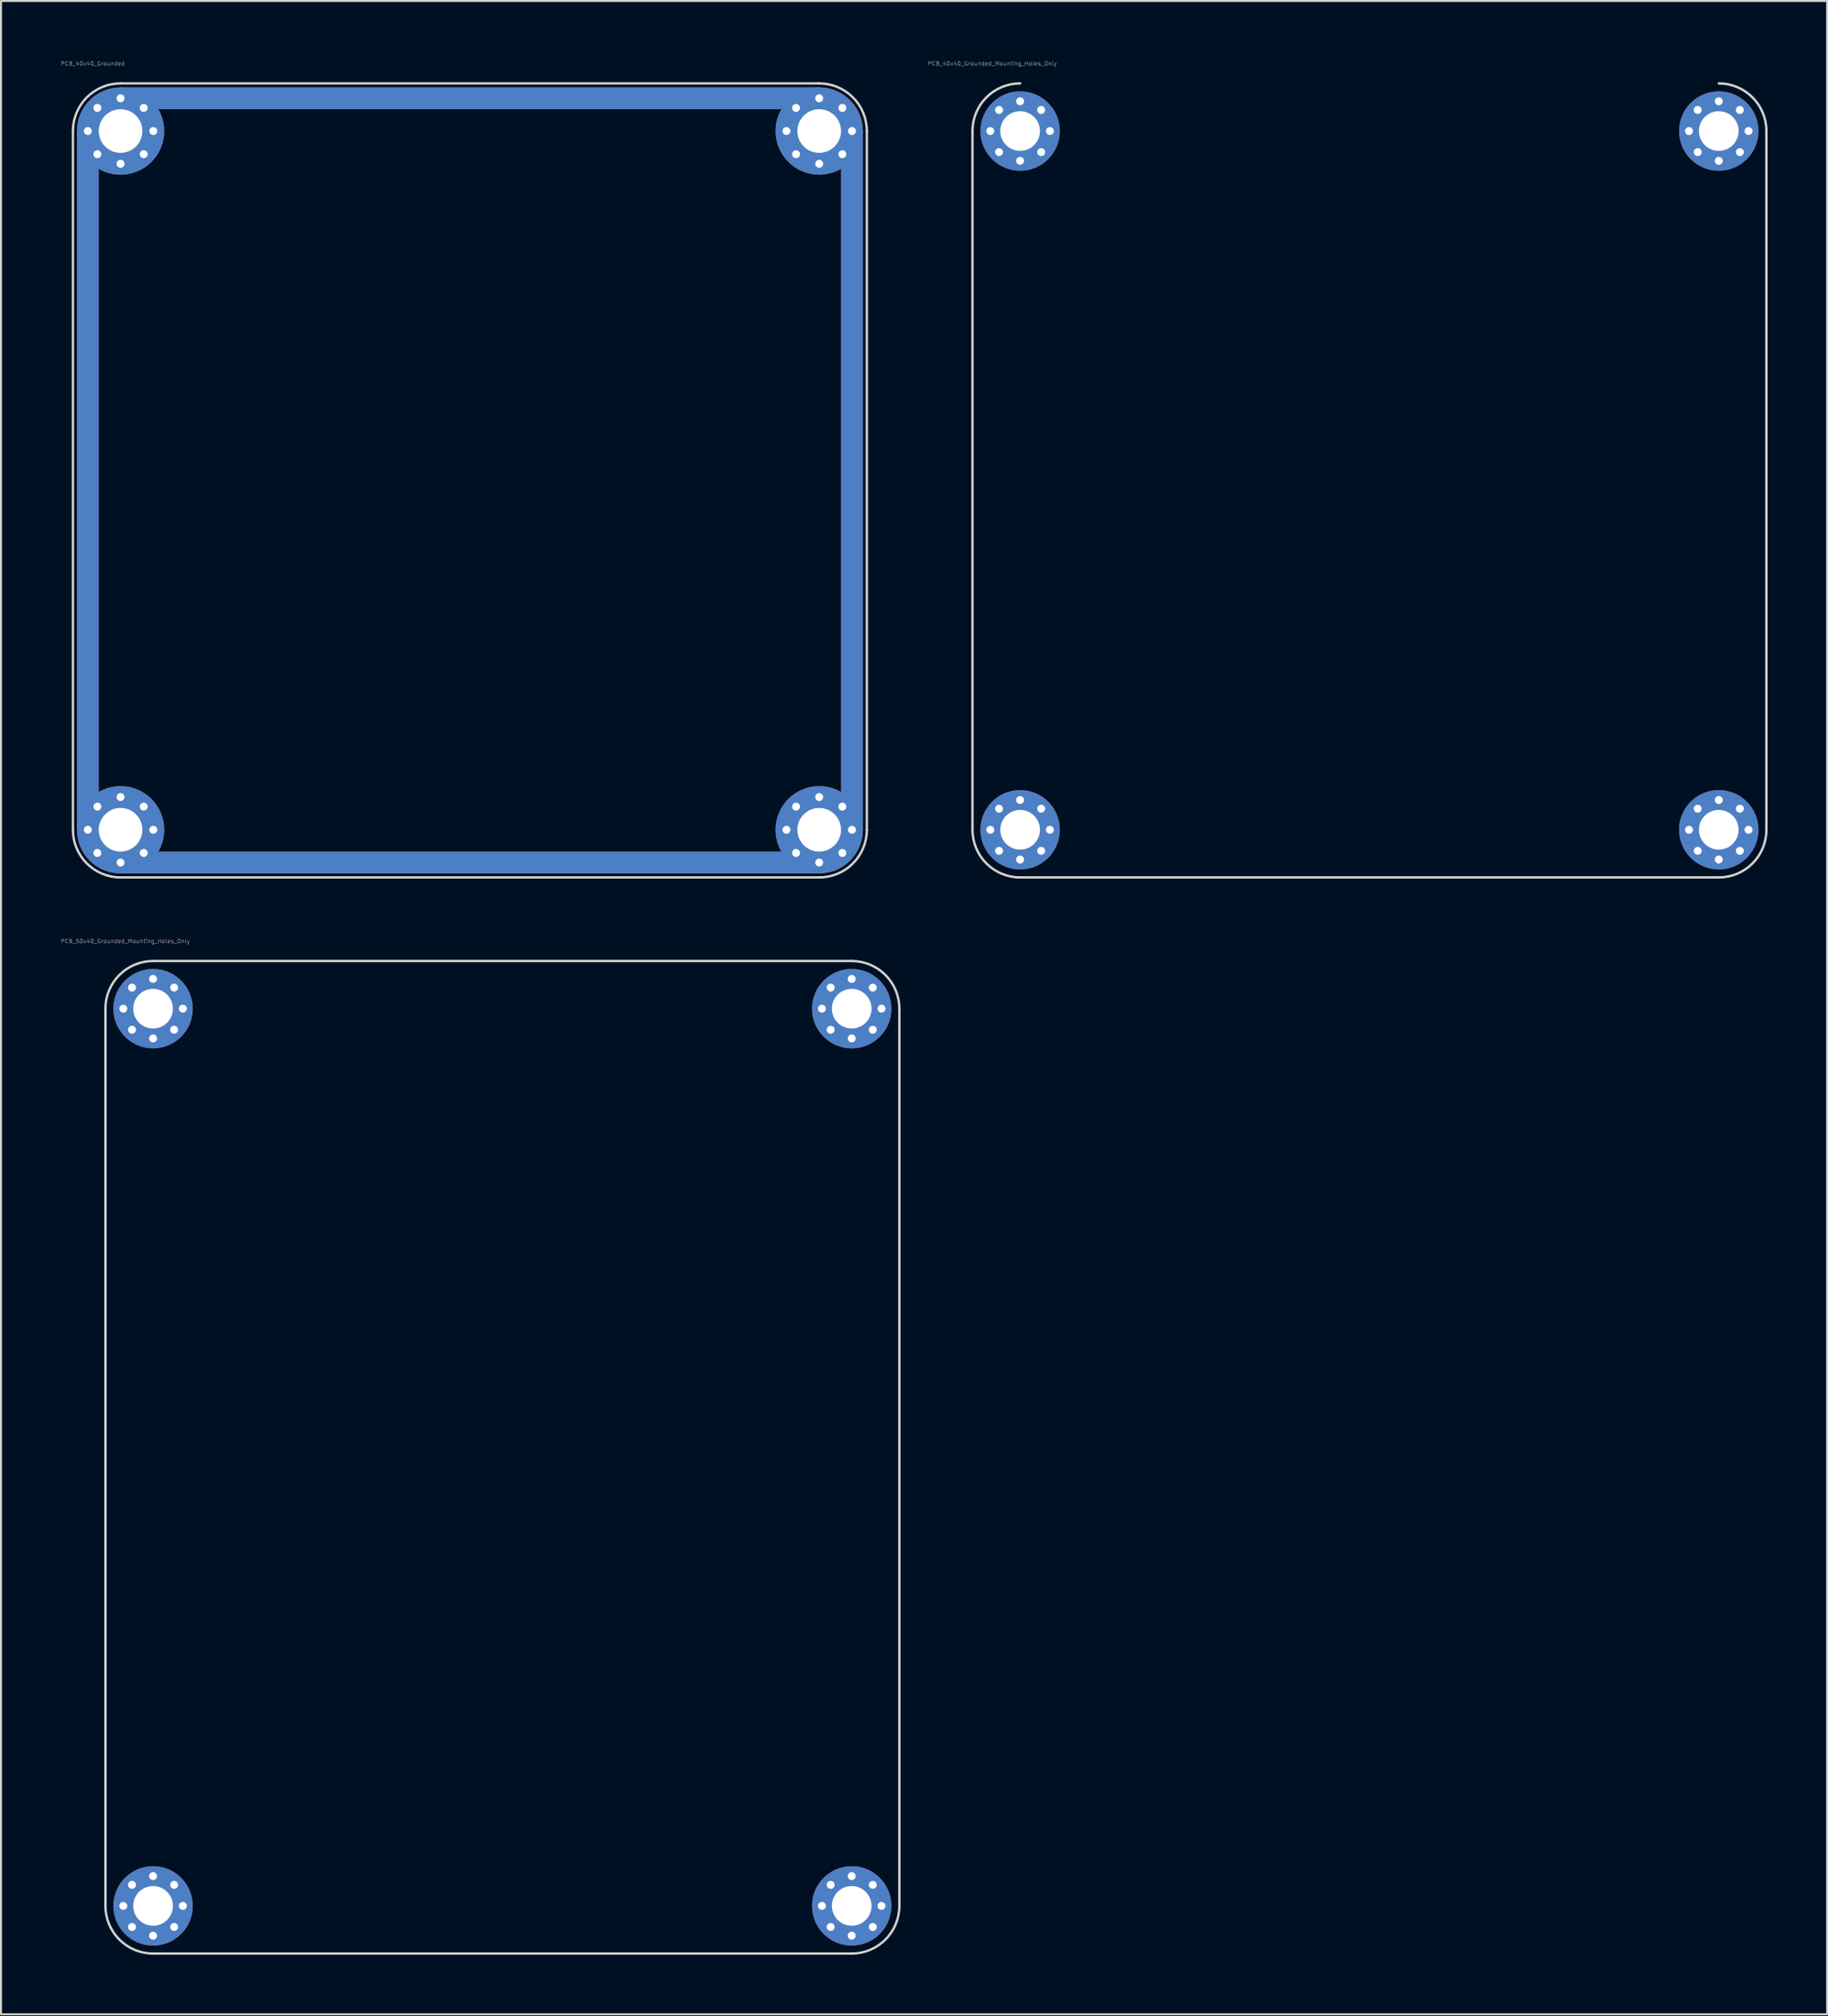
<source format=kicad_pcb>
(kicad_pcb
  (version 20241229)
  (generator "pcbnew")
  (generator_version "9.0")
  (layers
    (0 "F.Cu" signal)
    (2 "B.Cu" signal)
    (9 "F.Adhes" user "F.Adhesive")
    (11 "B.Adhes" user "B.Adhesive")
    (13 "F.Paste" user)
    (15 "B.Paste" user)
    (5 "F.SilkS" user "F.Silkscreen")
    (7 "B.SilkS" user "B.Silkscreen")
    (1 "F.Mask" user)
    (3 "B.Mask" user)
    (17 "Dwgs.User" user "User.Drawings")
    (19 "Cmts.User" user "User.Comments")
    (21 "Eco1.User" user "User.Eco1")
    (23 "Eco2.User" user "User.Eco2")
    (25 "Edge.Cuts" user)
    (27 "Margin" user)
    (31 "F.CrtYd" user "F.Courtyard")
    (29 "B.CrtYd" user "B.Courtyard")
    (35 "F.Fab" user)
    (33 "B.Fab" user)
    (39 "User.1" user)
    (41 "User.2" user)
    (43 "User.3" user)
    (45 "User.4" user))
  (footprint "PCB_50x40_Grounded_Mounting_Holes_Only"
    (layer "F.Cu")
    (at 2.262 45.364)
    (property "Reference" "PCB_50x40_Grounded_Mounting_Holes_Only" (at 1 -1 0) (unlocked yes) (layer "F.Fab") (effects (font (size 0.2 0.2) (thickness 0.02))))
    (attr exclude_from_pos_files exclude_from_bom)
    (fp_line (start 0 2.4) (end 0 47.6) (stroke (width 0.12) (type default)) (layer "Edge.Cuts"))
    (fp_line (start 2.4 50) (end 37.6 50) (stroke (width 0.12) (type default)) (layer "Edge.Cuts"))
    (fp_line (start 37.6 0) (end 2.4 0) (stroke (width 0.12) (type default)) (layer "Edge.Cuts"))
    (fp_line (start 40 2.4) (end 40 47.6) (stroke (width 0.12) (type default)) (layer "Edge.Cuts"))
    (fp_arc (start 0 2.4) (mid 0.702944 0.702944) (end 2.4 0) (stroke (width 0.12) (type default)) (layer "Edge.Cuts"))
    (fp_arc (start 2.4 50) (mid 0.702944 49.297056) (end 0 47.6) (stroke (width 0.12) (type default)) (layer "Edge.Cuts"))
    (fp_arc (start 37.6 0) (mid 39.297056 0.702944) (end 40 2.4) (stroke (width 0.12) (type default)) (layer "Edge.Cuts"))
    (fp_arc (start 40 47.6) (mid 39.297056 49.297056) (end 37.6 50) (stroke (width 0.12) (type default)) (layer "Edge.Cuts"))
    (pad "1" thru_hole circle (at 0.9 2.4) (size 0.7 0.7) (drill 0.4) (layers "*.Cu" "*.Mask"))
    (pad "1" thru_hole circle (at 0.9 47.6) (size 0.7 0.7) (drill 0.4) (layers "*.Cu" "*.Mask"))
    (pad "1" thru_hole circle (at 1.339 1.339 45) (size 0.7 0.7) (drill 0.4) (layers "*.Cu" "*.Mask"))
    (pad "1" thru_hole circle (at 1.339 3.461 45) (size 0.7 0.7) (drill 0.4) (layers "*.Cu" "*.Mask"))
    (pad "1" thru_hole circle (at 1.339 46.539 45) (size 0.7 0.7) (drill 0.4) (layers "*.Cu" "*.Mask"))
    (pad "1" thru_hole circle (at 1.339 48.661 45) (size 0.7 0.7) (drill 0.4) (layers "*.Cu" "*.Mask"))
    (pad "1" thru_hole circle (at 2.4 0.9) (size 0.7 0.7) (drill 0.4) (layers "*.Cu" "*.Mask"))
    (pad "1" thru_hole circle (at 2.4 2.4) (size 4 4) (drill 2) (layers "*.Cu" "*.Mask"))
    (pad "1" thru_hole circle (at 2.4 3.9) (size 0.7 0.7) (drill 0.4) (layers "*.Cu" "*.Mask"))
    (pad "1" thru_hole circle (at 2.4 46.1) (size 0.7 0.7) (drill 0.4) (layers "*.Cu" "*.Mask"))
    (pad "1" thru_hole circle (at 2.4 47.6) (size 4 4) (drill 2) (layers "*.Cu" "*.Mask"))
    (pad "1" thru_hole circle (at 2.4 49.1) (size 0.7 0.7) (drill 0.4) (layers "*.Cu" "*.Mask"))
    (pad "1" thru_hole circle (at 3.461 1.339 45) (size 0.7 0.7) (drill 0.4) (layers "*.Cu" "*.Mask"))
    (pad "1" thru_hole circle (at 3.461 3.461 45) (size 0.7 0.7) (drill 0.4) (layers "*.Cu" "*.Mask"))
    (pad "1" thru_hole circle (at 3.461 46.539 45) (size 0.7 0.7) (drill 0.4) (layers "*.Cu" "*.Mask"))
    (pad "1" thru_hole circle (at 3.461 48.661 45) (size 0.7 0.7) (drill 0.4) (layers "*.Cu" "*.Mask"))
    (pad "1" thru_hole circle (at 3.9 2.4) (size 0.7 0.7) (drill 0.4) (layers "*.Cu" "*.Mask"))
    (pad "1" thru_hole circle (at 3.9 47.6) (size 0.7 0.7) (drill 0.4) (layers "*.Cu" "*.Mask"))
    (pad "1" thru_hole circle (at 36.1 2.4) (size 0.7 0.7) (drill 0.4) (layers "*.Cu" "*.Mask"))
    (pad "1" thru_hole circle (at 36.1 47.6) (size 0.7 0.7) (drill 0.4) (layers "*.Cu" "*.Mask"))
    (pad "1" thru_hole circle (at 36.539 1.339 45) (size 0.7 0.7) (drill 0.4) (layers "*.Cu" "*.Mask"))
    (pad "1" thru_hole circle (at 36.539 3.461 45) (size 0.7 0.7) (drill 0.4) (layers "*.Cu" "*.Mask"))
    (pad "1" thru_hole circle (at 36.539 46.539 45) (size 0.7 0.7) (drill 0.4) (layers "*.Cu" "*.Mask"))
    (pad "1" thru_hole circle (at 36.539 48.661 45) (size 0.7 0.7) (drill 0.4) (layers "*.Cu" "*.Mask"))
    (pad "1" thru_hole circle (at 37.6 0.9) (size 0.7 0.7) (drill 0.4) (layers "*.Cu" "*.Mask"))
    (pad "1" thru_hole circle (at 37.6 2.4) (size 4 4) (drill 2) (layers "*.Cu" "*.Mask"))
    (pad "1" thru_hole circle (at 37.6 3.9) (size 0.7 0.7) (drill 0.4) (layers "*.Cu" "*.Mask"))
    (pad "1" thru_hole circle (at 37.6 46.1) (size 0.7 0.7) (drill 0.4) (layers "*.Cu" "*.Mask"))
    (pad "1" thru_hole circle (at 37.6 47.6) (size 4 4) (drill 2) (layers "*.Cu" "*.Mask"))
    (pad "1" thru_hole circle (at 37.6 49.1) (size 0.7 0.7) (drill 0.4) (layers "*.Cu" "*.Mask"))
    (pad "1" thru_hole circle (at 38.661 1.339 45) (size 0.7 0.7) (drill 0.4) (layers "*.Cu" "*.Mask"))
    (pad "1" thru_hole circle (at 38.661 3.461 45) (size 0.7 0.7) (drill 0.4) (layers "*.Cu" "*.Mask"))
    (pad "1" thru_hole circle (at 38.661 46.539 45) (size 0.7 0.7) (drill 0.4) (layers "*.Cu" "*.Mask"))
    (pad "1" thru_hole circle (at 38.661 48.661 45) (size 0.7 0.7) (drill 0.4) (layers "*.Cu" "*.Mask"))
    (pad "1" thru_hole circle (at 39.1 2.4) (size 0.7 0.7) (drill 0.4) (layers "*.Cu" "*.Mask"))
    (pad "1" thru_hole circle (at 39.1 47.6) (size 0.7 0.7) (drill 0.4) (layers "*.Cu" "*.Mask")))
  (footprint "PCB_40x40_Grounded"
    (layer "F.Cu")
    (at 0.624 1.152)
    (property "Reference" "PCB_40x40_Grounded" (at 1 -1 0) (unlocked yes) (layer "F.Fab") (effects (font (size 0.2 0.2) (thickness 0.02))))
    (attr exclude_from_pos_files exclude_from_bom)
    (fp_line (start 0 2.4) (end 0 37.6) (stroke (width 0.12) (type default)) (layer "Edge.Cuts"))
    (fp_line (start 2.4 40) (end 37.6 40) (stroke (width 0.12) (type default)) (layer "Edge.Cuts"))
    (fp_line (start 37.6 0) (end 2.4 0) (stroke (width 0.12) (type default)) (layer "Edge.Cuts"))
    (fp_line (start 40 2.4) (end 40 37.6) (stroke (width 0.12) (type default)) (layer "Edge.Cuts"))
    (fp_arc (start 0 2.4) (mid 0.702944 0.702944) (end 2.4 0) (stroke (width 0.12) (type default)) (layer "Edge.Cuts"))
    (fp_arc (start 2.4 40) (mid 0.702944 39.297056) (end 0 37.6) (stroke (width 0.12) (type default)) (layer "Edge.Cuts"))
    (fp_arc (start 37.6 0) (mid 39.297056 0.702944) (end 40 2.4) (stroke (width 0.12) (type default)) (layer "Edge.Cuts"))
    (fp_arc (start 40 37.6) (mid 39.297056 39.297056) (end 37.6 40) (stroke (width 0.12) (type default)) (layer "Edge.Cuts"))
    (pad "1" thru_hole circle (at 0.75 2.4) (size 0.7 0.7) (drill 0.4) (layers "*.Cu" "*.Mask"))
    (pad "1" smd rect (at 0.75 20) (size 1.1 35.2) (layers "F.Cu" "F.Mask" "F.Paste"))
    (pad "1" smd rect (at 0.75 20) (size 1.1 35.2) (layers "B.Cu" "B.Mask" "B.Paste"))
    (pad "1" thru_hole circle (at 0.75 37.6) (size 0.7 0.7) (drill 0.4) (layers "*.Cu" "*.Mask"))
    (pad "1" thru_hole circle (at 1.233 1.233) (size 0.7 0.7) (drill 0.4) (layers "*.Cu" "*.Mask"))
    (pad "1" thru_hole circle (at 1.233 3.567) (size 0.7 0.7) (drill 0.4) (layers "*.Cu" "*.Mask"))
    (pad "1" thru_hole circle (at 1.233 36.433) (size 0.7 0.7) (drill 0.4) (layers "*.Cu" "*.Mask"))
    (pad "1" thru_hole circle (at 1.233 38.767) (size 0.7 0.7) (drill 0.4) (layers "*.Cu" "*.Mask"))
    (pad "1" thru_hole circle (at 2.4 0.75) (size 0.7 0.7) (drill 0.4) (layers "*.Cu" "*.Mask"))
    (pad "1" thru_hole circle (at 2.4 2.4) (size 4.4 4.4) (drill 2.2) (layers "*.Cu" "*.Mask"))
    (pad "1" thru_hole circle (at 2.4 4.05) (size 0.7 0.7) (drill 0.4) (layers "*.Cu" "*.Mask"))
    (pad "1" thru_hole circle (at 2.4 35.95) (size 0.7 0.7) (drill 0.4) (layers "*.Cu" "*.Mask"))
    (pad "1" thru_hole circle (at 2.4 37.6) (size 4.4 4.4) (drill 2.2) (layers "*.Cu" "*.Mask"))
    (pad "1" thru_hole circle (at 2.4 39.25) (size 0.7 0.7) (drill 0.4) (layers "*.Cu" "*.Mask"))
    (pad "1" thru_hole circle (at 3.567 1.233) (size 0.7 0.7) (drill 0.4) (layers "*.Cu" "*.Mask"))
    (pad "1" thru_hole circle (at 3.567 3.567) (size 0.7 0.7) (drill 0.4) (layers "*.Cu" "*.Mask"))
    (pad "1" thru_hole circle (at 3.567 36.433) (size 0.7 0.7) (drill 0.4) (layers "*.Cu" "*.Mask"))
    (pad "1" thru_hole circle (at 3.567 38.767) (size 0.7 0.7) (drill 0.4) (layers "*.Cu" "*.Mask"))
    (pad "1" thru_hole circle (at 4.05 2.4) (size 0.7 0.7) (drill 0.4) (layers "*.Cu" "*.Mask"))
    (pad "1" thru_hole circle (at 4.05 37.6) (size 0.7 0.7) (drill 0.4) (layers "*.Cu" "*.Mask"))
    (pad "1" smd rect (at 20 0.75) (size 35.2 1.1) (layers "F.Cu" "F.Mask" "F.Paste"))
    (pad "1" smd rect (at 20 0.75) (size 35.2 1.1) (layers "B.Cu" "B.Mask" "B.Paste"))
    (pad "1" smd rect (at 20 39.25) (size 35.2 1.1) (layers "F.Cu" "F.Mask" "F.Paste"))
    (pad "1" smd rect (at 20 39.25) (size 35.2 1.1) (layers "B.Cu" "B.Mask" "B.Paste"))
    (pad "1" thru_hole circle (at 35.95 2.4) (size 0.7 0.7) (drill 0.4) (layers "*.Cu" "*.Mask"))
    (pad "1" thru_hole circle (at 35.95 37.6) (size 0.7 0.7) (drill 0.4) (layers "*.Cu" "*.Mask"))
    (pad "1" thru_hole circle (at 36.433 1.233) (size 0.7 0.7) (drill 0.4) (layers "*.Cu" "*.Mask"))
    (pad "1" thru_hole circle (at 36.433 3.567) (size 0.7 0.7) (drill 0.4) (layers "*.Cu" "*.Mask"))
    (pad "1" thru_hole circle (at 36.433 36.433) (size 0.7 0.7) (drill 0.4) (layers "*.Cu" "*.Mask"))
    (pad "1" thru_hole circle (at 36.433 38.767) (size 0.7 0.7) (drill 0.4) (layers "*.Cu" "*.Mask"))
    (pad "1" thru_hole circle (at 37.6 0.75) (size 0.7 0.7) (drill 0.4) (layers "*.Cu" "*.Mask"))
    (pad "1" thru_hole circle (at 37.6 2.4) (size 4.4 4.4) (drill 2.2) (layers "*.Cu" "*.Mask"))
    (pad "1" thru_hole circle (at 37.6 4.05) (size 0.7 0.7) (drill 0.4) (layers "*.Cu" "*.Mask"))
    (pad "1" thru_hole circle (at 37.6 35.95) (size 0.7 0.7) (drill 0.4) (layers "*.Cu" "*.Mask"))
    (pad "1" thru_hole circle (at 37.6 37.6) (size 4.4 4.4) (drill 2.2) (layers "*.Cu" "*.Mask"))
    (pad "1" thru_hole circle (at 37.6 39.25) (size 0.7 0.7) (drill 0.4) (layers "*.Cu" "*.Mask"))
    (pad "1" thru_hole circle (at 38.767 1.233) (size 0.7 0.7) (drill 0.4) (layers "*.Cu" "*.Mask"))
    (pad "1" thru_hole circle (at 38.767 3.567) (size 0.7 0.7) (drill 0.4) (layers "*.Cu" "*.Mask"))
    (pad "1" thru_hole circle (at 38.767 36.433) (size 0.7 0.7) (drill 0.4) (layers "*.Cu" "*.Mask"))
    (pad "1" thru_hole circle (at 38.767 38.767) (size 0.7 0.7) (drill 0.4) (layers "*.Cu" "*.Mask"))
    (pad "1" thru_hole circle (at 39.25 2.4) (size 0.7 0.7) (drill 0.4) (layers "*.Cu" "*.Mask"))
    (pad "1" smd rect (at 39.25 20) (size 1.1 35.2) (layers "F.Cu" "F.Mask" "F.Paste"))
    (pad "1" smd rect (at 39.25 20) (size 1.1 35.2) (layers "B.Cu" "B.Mask" "B.Paste"))
    (pad "1" thru_hole circle (at 39.25 37.6) (size 0.7 0.7) (drill 0.4) (layers "*.Cu" "*.Mask")))
  (footprint "PCB_40x40_Grounded_Mounting_Holes_Only"
    (layer "F.Cu")
    (at 45.947 1.152)
    (property "Reference" "PCB_40x40_Grounded_Mounting_Holes_Only" (at 1 -1 0) (unlocked yes) (layer "F.Fab") (effects (font (size 0.2 0.2) (thickness 0.02))))
    (attr exclude_from_pos_files exclude_from_bom dnp)
    (fp_line (start 0 2.4) (end 0 37.6) (stroke (width 0.12) (type default)) (layer "Edge.Cuts"))
    (fp_line (start 2.4 40) (end 37.6 40) (stroke (width 0.12) (type default)) (layer "Edge.Cuts"))
    (fp_line (start 40 2.4) (end 40 37.6) (stroke (width 0.12) (type default)) (layer "Edge.Cuts"))
    (fp_arc (start 0 2.4) (mid 0.702944 0.702944) (end 2.4 0) (stroke (width 0.12) (type default)) (layer "Edge.Cuts"))
    (fp_arc (start 2.4 40) (mid 0.702944 39.297056) (end 0 37.6) (stroke (width 0.12) (type default)) (layer "Edge.Cuts"))
    (fp_arc (start 37.6 0) (mid 39.297056 0.702944) (end 40 2.4) (stroke (width 0.12) (type default)) (layer "Edge.Cuts"))
    (fp_arc (start 40 37.6) (mid 39.297056 39.297056) (end 37.6 40) (stroke (width 0.12) (type default)) (layer "Edge.Cuts"))
    (pad "1" thru_hole circle (at 0.9 2.4) (size 0.7 0.7) (drill 0.4) (layers "*.Cu" "*.Mask"))
    (pad "1" thru_hole circle (at 0.9 37.6) (size 0.7 0.7) (drill 0.4) (layers "*.Cu" "*.Mask"))
    (pad "1" thru_hole circle (at 1.339 1.339 45) (size 0.7 0.7) (drill 0.4) (layers "*.Cu" "*.Mask"))
    (pad "1" thru_hole circle (at 1.339 3.461 45) (size 0.7 0.7) (drill 0.4) (layers "*.Cu" "*.Mask"))
    (pad "1" thru_hole circle (at 1.339 36.539 45) (size 0.7 0.7) (drill 0.4) (layers "*.Cu" "*.Mask"))
    (pad "1" thru_hole circle (at 1.339 38.661 45) (size 0.7 0.7) (drill 0.4) (layers "*.Cu" "*.Mask"))
    (pad "1" thru_hole circle (at 2.4 0.9) (size 0.7 0.7) (drill 0.4) (layers "*.Cu" "*.Mask"))
    (pad "1" thru_hole circle (at 2.4 2.4) (size 4 4) (drill 2) (layers "*.Cu" "*.Mask"))
    (pad "1" thru_hole circle (at 2.4 3.9) (size 0.7 0.7) (drill 0.4) (layers "*.Cu" "*.Mask"))
    (pad "1" thru_hole circle (at 2.4 36.1) (size 0.7 0.7) (drill 0.4) (layers "*.Cu" "*.Mask"))
    (pad "1" thru_hole circle (at 2.4 37.6) (size 4 4) (drill 2) (layers "*.Cu" "*.Mask"))
    (pad "1" thru_hole circle (at 2.4 39.1) (size 0.7 0.7) (drill 0.4) (layers "*.Cu" "*.Mask"))
    (pad "1" thru_hole circle (at 3.461 1.339 45) (size 0.7 0.7) (drill 0.4) (layers "*.Cu" "*.Mask"))
    (pad "1" thru_hole circle (at 3.461 3.461 45) (size 0.7 0.7) (drill 0.4) (layers "*.Cu" "*.Mask"))
    (pad "1" thru_hole circle (at 3.461 36.539 45) (size 0.7 0.7) (drill 0.4) (layers "*.Cu" "*.Mask"))
    (pad "1" thru_hole circle (at 3.461 38.661 45) (size 0.7 0.7) (drill 0.4) (layers "*.Cu" "*.Mask"))
    (pad "1" thru_hole circle (at 3.9 2.4) (size 0.7 0.7) (drill 0.4) (layers "*.Cu" "*.Mask"))
    (pad "1" thru_hole circle (at 3.9 37.6) (size 0.7 0.7) (drill 0.4) (layers "*.Cu" "*.Mask"))
    (pad "1" thru_hole circle (at 36.1 2.4) (size 0.7 0.7) (drill 0.4) (layers "*.Cu" "*.Mask"))
    (pad "1" thru_hole circle (at 36.1 37.6) (size 0.7 0.7) (drill 0.4) (layers "*.Cu" "*.Mask"))
    (pad "1" thru_hole circle (at 36.539 1.339 45) (size 0.7 0.7) (drill 0.4) (layers "*.Cu" "*.Mask"))
    (pad "1" thru_hole circle (at 36.539 3.461 45) (size 0.7 0.7) (drill 0.4) (layers "*.Cu" "*.Mask"))
    (pad "1" thru_hole circle (at 36.539 36.539 45) (size 0.7 0.7) (drill 0.4) (layers "*.Cu" "*.Mask"))
    (pad "1" thru_hole circle (at 36.539 38.661 45) (size 0.7 0.7) (drill 0.4) (layers "*.Cu" "*.Mask"))
    (pad "1" thru_hole circle (at 37.6 0.9) (size 0.7 0.7) (drill 0.4) (layers "*.Cu" "*.Mask"))
    (pad "1" thru_hole circle (at 37.6 2.4) (size 4 4) (drill 2) (layers "*.Cu" "*.Mask"))
    (pad "1" thru_hole circle (at 37.6 3.9) (size 0.7 0.7) (drill 0.4) (layers "*.Cu" "*.Mask"))
    (pad "1" thru_hole circle (at 37.6 36.1) (size 0.7 0.7) (drill 0.4) (layers "*.Cu" "*.Mask"))
    (pad "1" thru_hole circle (at 37.6 37.6) (size 4 4) (drill 2) (layers "*.Cu" "*.Mask"))
    (pad "1" thru_hole circle (at 37.6 39.1) (size 0.7 0.7) (drill 0.4) (layers "*.Cu" "*.Mask"))
    (pad "1" thru_hole circle (at 38.661 1.339 45) (size 0.7 0.7) (drill 0.4) (layers "*.Cu" "*.Mask"))
    (pad "1" thru_hole circle (at 38.661 3.461 45) (size 0.7 0.7) (drill 0.4) (layers "*.Cu" "*.Mask"))
    (pad "1" thru_hole circle (at 38.661 36.539 45) (size 0.7 0.7) (drill 0.4) (layers "*.Cu" "*.Mask"))
    (pad "1" thru_hole circle (at 38.661 38.661 45) (size 0.7 0.7) (drill 0.4) (layers "*.Cu" "*.Mask"))
    (pad "1" thru_hole circle (at 39.1 2.4) (size 0.7 0.7) (drill 0.4) (layers "*.Cu" "*.Mask"))
    (pad "1" thru_hole circle (at 39.1 37.6) (size 0.7 0.7) (drill 0.4) (layers "*.Cu" "*.Mask")))
  (gr_rect
    (start -3 -3)
    (end 89.007 98.424)
    (stroke (width 0.1) (type default))
    (fill no)
    (layer "Edge.Cuts")))
</source>
